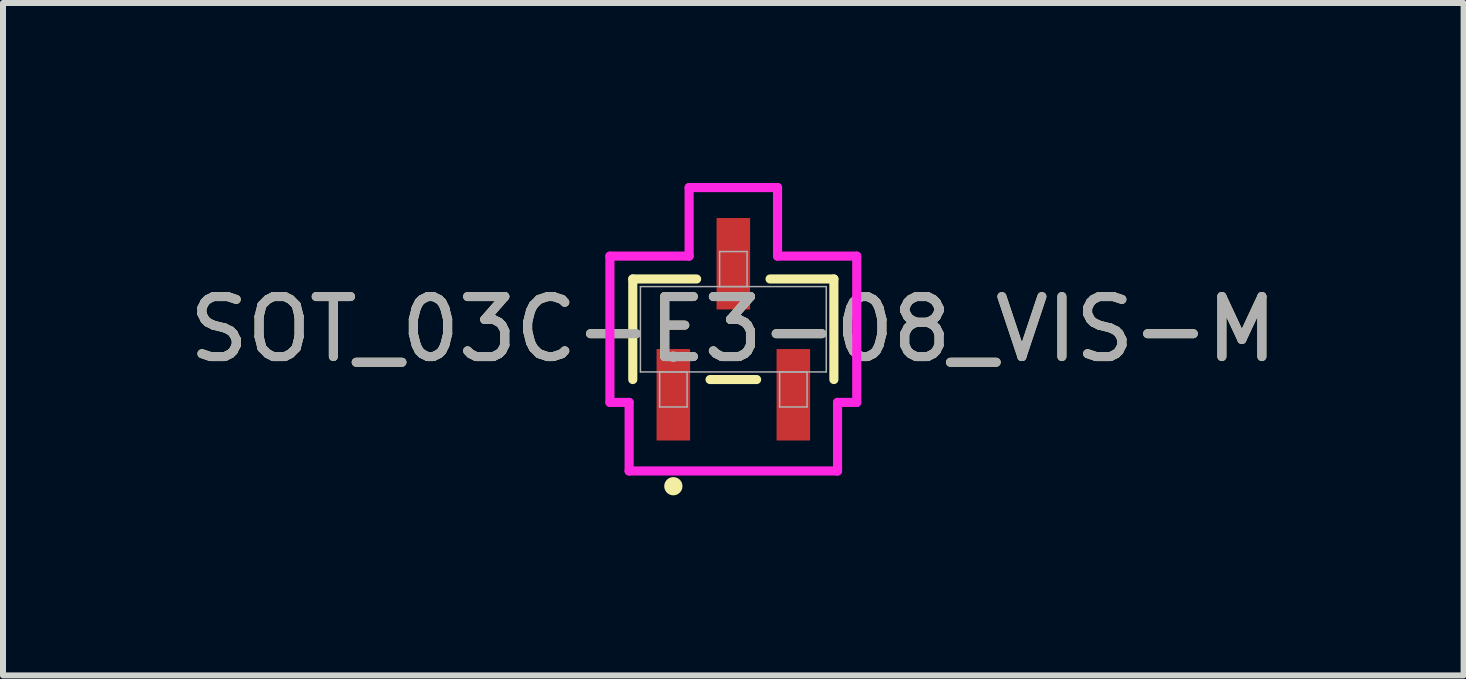
<source format=kicad_pcb>
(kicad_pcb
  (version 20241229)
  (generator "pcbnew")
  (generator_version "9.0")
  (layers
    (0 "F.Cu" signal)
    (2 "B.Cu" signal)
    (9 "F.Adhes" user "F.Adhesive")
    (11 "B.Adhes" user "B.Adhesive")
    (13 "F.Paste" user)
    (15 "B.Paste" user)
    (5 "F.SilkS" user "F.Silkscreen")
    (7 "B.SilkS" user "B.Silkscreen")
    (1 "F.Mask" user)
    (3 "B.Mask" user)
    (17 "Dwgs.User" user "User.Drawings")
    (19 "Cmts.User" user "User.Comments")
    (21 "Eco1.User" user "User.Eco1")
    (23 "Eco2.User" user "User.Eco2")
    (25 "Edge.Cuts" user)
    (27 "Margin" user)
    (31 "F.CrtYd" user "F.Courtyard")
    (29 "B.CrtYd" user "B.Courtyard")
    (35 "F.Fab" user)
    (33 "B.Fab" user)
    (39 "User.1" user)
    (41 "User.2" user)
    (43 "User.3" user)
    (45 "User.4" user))
  (footprint "SOT_03C-E3-08_VIS-M"
    (layer "F.Cu")
    (at 9.173 2.438)
    (property "Reference" "SOT_03C-E3-08_VIS-M" (at 0 0 0) (unlocked yes) (layer "F.SilkS") (effects (font (size 1 1) (thickness 0.15))))
    (attr smd)
    (fp_line (start -1.676 -0.838) (end -1.676 0.838) (stroke (width 0.152) (type solid)) (layer "F.SilkS"))
    (fp_line (start -0.612 -0.838) (end -1.676 -0.838) (stroke (width 0.152) (type solid)) (layer "F.SilkS"))
    (fp_line (start -0.388 0.838) (end 0.388 0.838) (stroke (width 0.152) (type solid)) (layer "F.SilkS"))
    (fp_line (start 1.676 -0.838) (end 0.612 -0.838) (stroke (width 0.152) (type solid)) (layer "F.SilkS"))
    (fp_line (start 1.676 0.838) (end 1.676 -0.838) (stroke (width 0.152) (type solid)) (layer "F.SilkS"))
    (fp_circle (center -1 2.616) (end -0.924 2.616) (stroke (width 0.152) (type solid)) (fill no) (layer "F.SilkS"))
    (fp_line (start -2.057 -1.219) (end -0.737 -1.219) (stroke (width 0.152) (type solid)) (layer "F.CrtYd"))
    (fp_line (start -2.057 1.219) (end -2.057 -1.219) (stroke (width 0.152) (type solid)) (layer "F.CrtYd"))
    (fp_line (start -2.057 1.219) (end -1.737 1.219) (stroke (width 0.152) (type solid)) (layer "F.CrtYd"))
    (fp_line (start -1.737 1.219) (end -1.737 2.362) (stroke (width 0.152) (type solid)) (layer "F.CrtYd"))
    (fp_line (start -1.737 2.362) (end 1.737 2.362) (stroke (width 0.152) (type solid)) (layer "F.CrtYd"))
    (fp_line (start -0.737 -2.362) (end 0.737 -2.362) (stroke (width 0.152) (type solid)) (layer "F.CrtYd"))
    (fp_line (start -0.737 -1.219) (end -0.737 -2.362) (stroke (width 0.152) (type solid)) (layer "F.CrtYd"))
    (fp_line (start 0.737 -1.219) (end 0.737 -2.362) (stroke (width 0.152) (type solid)) (layer "F.CrtYd"))
    (fp_line (start 1.737 1.219) (end 1.737 2.362) (stroke (width 0.152) (type solid)) (layer "F.CrtYd"))
    (fp_line (start 2.057 -1.219) (end 0.737 -1.219) (stroke (width 0.152) (type solid)) (layer "F.CrtYd"))
    (fp_line (start 2.057 -1.219) (end 2.057 1.219) (stroke (width 0.152) (type solid)) (layer "F.CrtYd"))
    (fp_line (start 2.057 1.219) (end 1.737 1.219) (stroke (width 0.152) (type solid)) (layer "F.CrtYd"))
    (fp_line (start -1.549 -0.711) (end -1.549 0.711) (stroke (width 0.025) (type solid)) (layer "F.Fab"))
    (fp_line (start -1.549 0.711) (end 1.549 0.711) (stroke (width 0.025) (type solid)) (layer "F.Fab"))
    (fp_line (start -1.229 0.711) (end -1.229 1.295) (stroke (width 0.025) (type solid)) (layer "F.Fab"))
    (fp_line (start -1.229 1.295) (end -0.771 1.295) (stroke (width 0.025) (type solid)) (layer "F.Fab"))
    (fp_line (start -0.771 0.711) (end -1.229 0.711) (stroke (width 0.025) (type solid)) (layer "F.Fab"))
    (fp_line (start -0.771 1.295) (end -0.771 0.711) (stroke (width 0.025) (type solid)) (layer "F.Fab"))
    (fp_line (start -0.229 -1.295) (end -0.229 -0.711) (stroke (width 0.025) (type solid)) (layer "F.Fab"))
    (fp_line (start -0.229 -0.711) (end 0.229 -0.711) (stroke (width 0.025) (type solid)) (layer "F.Fab"))
    (fp_line (start 0.229 -1.295) (end -0.229 -1.295) (stroke (width 0.025) (type solid)) (layer "F.Fab"))
    (fp_line (start 0.229 -0.711) (end 0.229 -1.295) (stroke (width 0.025) (type solid)) (layer "F.Fab"))
    (fp_line (start 0.771 0.711) (end 0.771 1.295) (stroke (width 0.025) (type solid)) (layer "F.Fab"))
    (fp_line (start 0.771 1.295) (end 1.229 1.295) (stroke (width 0.025) (type solid)) (layer "F.Fab"))
    (fp_line (start 1.229 0.711) (end 0.771 0.711) (stroke (width 0.025) (type solid)) (layer "F.Fab"))
    (fp_line (start 1.229 1.295) (end 1.229 0.711) (stroke (width 0.025) (type solid)) (layer "F.Fab"))
    (fp_line (start 1.549 -0.711) (end -1.549 -0.711) (stroke (width 0.025) (type solid)) (layer "F.Fab"))
    (fp_line (start 1.549 0.711) (end 1.549 -0.711) (stroke (width 0.025) (type solid)) (layer "F.Fab"))
    (fp_circle (center -1 0.457) (end -0.924 0.457) (stroke (width 0.025) (type solid)) (fill no) (layer "F.Fab"))
    (fp_text user "${REFERENCE}" (at 0 0 0) (unlocked yes) (layer "F.Fab") (effects (font (size 1 1) (thickness 0.15))))
    (pad "1" smd rect (at -1 1.092) (size 0.559 1.524) (layers "F.Cu" "F.Mask" "F.Paste"))
    (pad "2" smd rect (at 1 1.092) (size 0.559 1.524) (layers "F.Cu" "F.Mask" "F.Paste"))
    (pad "3" smd rect (at 0 -1.092) (size 0.559 1.524) (layers "F.Cu" "F.Mask" "F.Paste")))
  (gr_rect
    (start -3 -3)
    (end 21.345 8.207)
    (stroke (width 0.1) (type default))
    (fill no)
    (layer "Edge.Cuts")))
</source>
